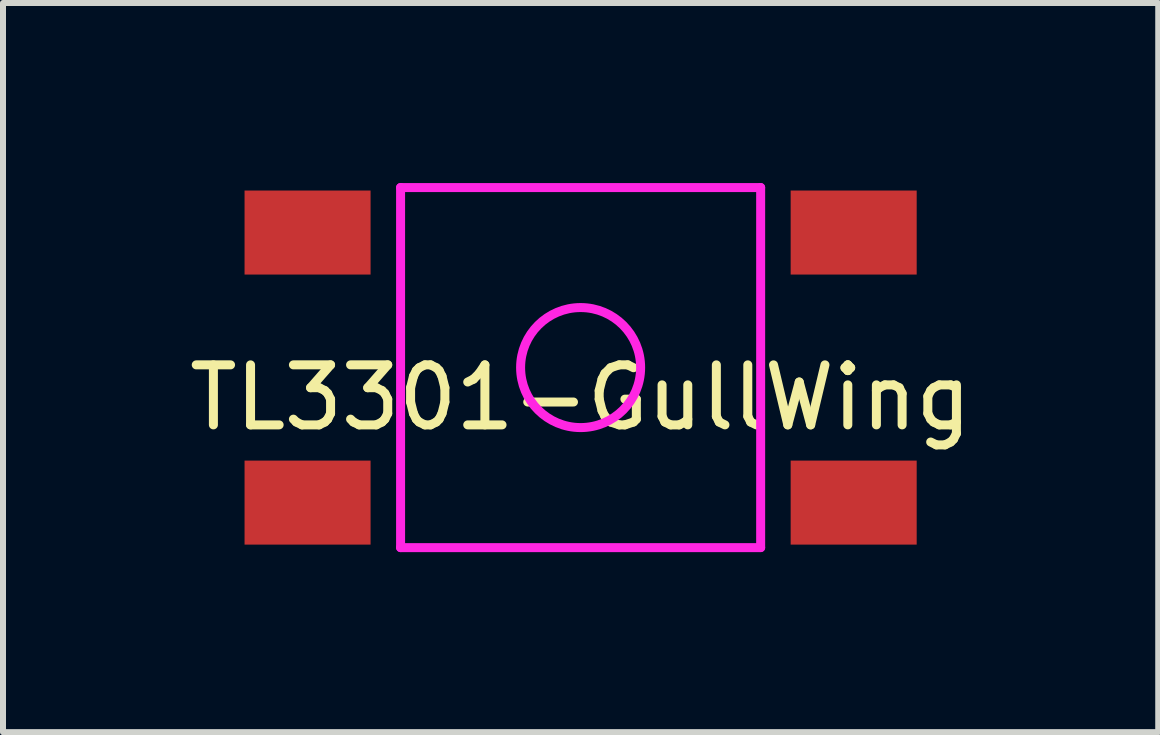
<source format=kicad_pcb>
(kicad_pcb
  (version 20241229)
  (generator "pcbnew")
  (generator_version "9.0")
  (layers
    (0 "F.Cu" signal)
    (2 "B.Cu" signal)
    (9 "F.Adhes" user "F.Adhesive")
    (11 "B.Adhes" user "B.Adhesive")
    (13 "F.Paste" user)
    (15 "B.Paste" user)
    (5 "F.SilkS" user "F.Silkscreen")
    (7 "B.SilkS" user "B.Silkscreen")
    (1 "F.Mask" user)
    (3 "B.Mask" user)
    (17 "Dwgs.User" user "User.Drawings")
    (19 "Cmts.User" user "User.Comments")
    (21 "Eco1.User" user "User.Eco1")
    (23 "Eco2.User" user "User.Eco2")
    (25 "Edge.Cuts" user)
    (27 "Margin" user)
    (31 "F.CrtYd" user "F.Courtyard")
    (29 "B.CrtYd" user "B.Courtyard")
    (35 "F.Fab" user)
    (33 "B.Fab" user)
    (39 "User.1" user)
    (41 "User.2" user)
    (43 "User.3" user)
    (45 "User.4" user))
  (footprint "TL3301-GullWing"
    (layer "F.Cu")
    (at 6.625 3.075)
    (property "Reference" "TL3301-GullWing" (at 0 0.5 0) (layer "F.SilkS") (effects (font (size 1 1) (thickness 0.15))))
    (attr through_hole)
    (fp_line (start -3 -3) (end 3 -3) (stroke (width 0.15) (type solid)) (layer "F.CrtYd"))
    (fp_line (start -3 3) (end -3 -3) (stroke (width 0.15) (type solid)) (layer "F.CrtYd"))
    (fp_line (start 3 -3) (end 3 3) (stroke (width 0.15) (type solid)) (layer "F.CrtYd"))
    (fp_line (start 3 3) (end -3 3) (stroke (width 0.15) (type solid)) (layer "F.CrtYd"))
    (fp_circle (center 0 0) (end 1 0) (stroke (width 0.15) (type solid)) (fill no) (layer "F.CrtYd"))
    (pad "1" smd rect (at -4.55 2.25) (size 2.1 1.4) (layers "F.Cu" "F.Mask" "F.Paste"))
    (pad "2" smd rect (at -4.55 -2.25) (size 2.1 1.4) (layers "F.Cu" "F.Mask" "F.Paste"))
    (pad "3" smd rect (at 4.55 2.25) (size 2.1 1.4) (layers "F.Cu" "F.Mask" "F.Paste"))
    (pad "4" smd rect (at 4.55 -2.25) (size 2.1 1.4) (layers "F.Cu" "F.Mask" "F.Paste")))
  (gr_rect
    (start -3 -3)
    (end 16.25 9.15)
    (stroke (width 0.1) (type default))
    (fill no)
    (layer "Edge.Cuts")))
</source>
